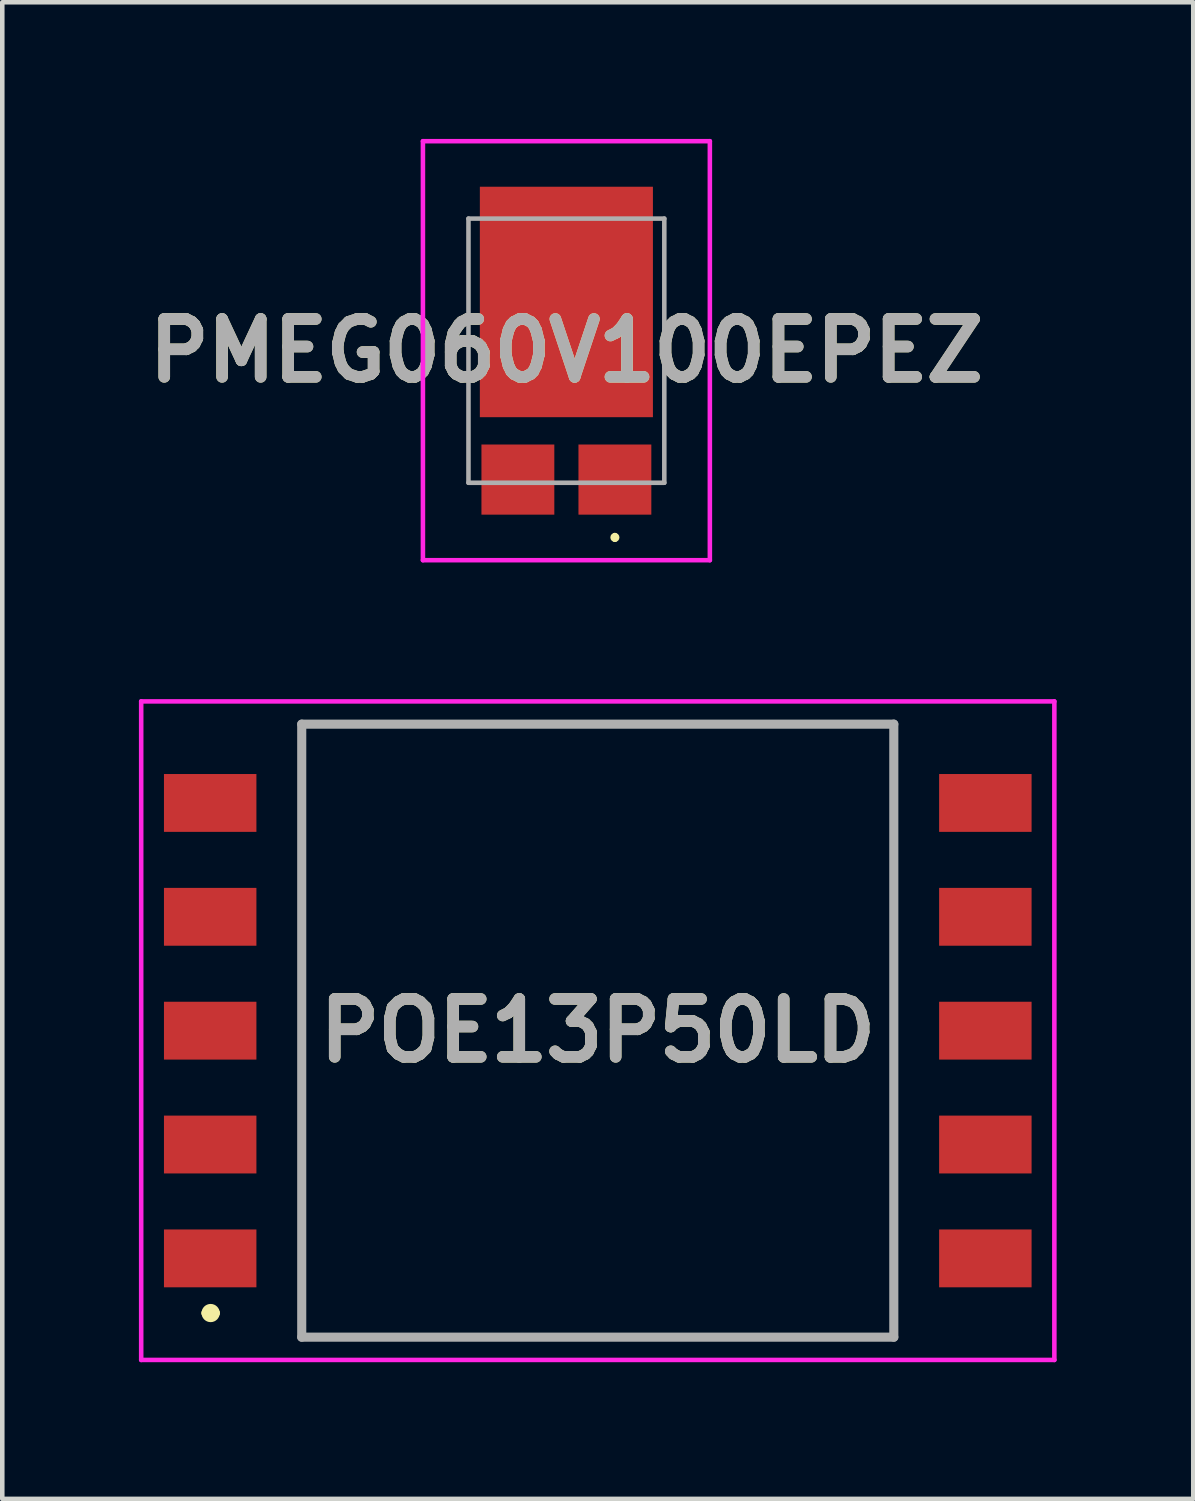
<source format=kicad_pcb>
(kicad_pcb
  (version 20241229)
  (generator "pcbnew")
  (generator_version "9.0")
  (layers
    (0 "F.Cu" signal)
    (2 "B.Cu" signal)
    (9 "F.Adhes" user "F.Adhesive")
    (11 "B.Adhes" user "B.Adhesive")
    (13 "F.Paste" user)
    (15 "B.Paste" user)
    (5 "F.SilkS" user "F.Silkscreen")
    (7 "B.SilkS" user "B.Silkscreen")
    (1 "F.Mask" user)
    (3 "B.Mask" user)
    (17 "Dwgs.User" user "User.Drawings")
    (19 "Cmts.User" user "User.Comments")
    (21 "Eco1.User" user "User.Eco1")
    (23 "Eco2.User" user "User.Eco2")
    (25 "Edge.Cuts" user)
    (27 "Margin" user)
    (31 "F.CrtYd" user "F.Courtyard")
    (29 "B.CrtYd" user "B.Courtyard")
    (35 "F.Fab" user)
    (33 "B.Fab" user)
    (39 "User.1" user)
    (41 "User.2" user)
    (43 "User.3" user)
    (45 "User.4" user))
  (footprint "PMEG060V100EPEZ"
    (layer "F.Cu")
    (at 9.386 4.65)
    (property "Reference" "PMEG060V100EPEZ" (at 0 0 0) (layer "F.SilkS") (effects (font (size 1.27 1.27) (thickness 0.254))))
    (attr smd)
    (fp_line (start 1.065 4.05) (end 1.065 4.05) (stroke (width 0.1) (type solid)) (layer "F.SilkS"))
    (fp_line (start 1.065 4.15) (end 1.065 4.15) (stroke (width 0.1) (type solid)) (layer "F.SilkS"))
    (fp_arc (start 1.065 4.05) (mid 1.115 4.1) (end 1.065 4.15) (stroke (width 0.1) (type solid)) (layer "F.SilkS"))
    (fp_arc (start 1.065 4.15) (mid 1.015 4.1) (end 1.065 4.05) (stroke (width 0.1) (type solid)) (layer "F.SilkS"))
    (fp_line (start -3.15 -4.6) (end -3.15 4.6) (stroke (width 0.1) (type solid)) (layer "F.CrtYd"))
    (fp_line (start -3.15 4.6) (end 3.15 4.6) (stroke (width 0.1) (type solid)) (layer "F.CrtYd"))
    (fp_line (start 3.15 -4.6) (end -3.15 -4.6) (stroke (width 0.1) (type solid)) (layer "F.CrtYd"))
    (fp_line (start 3.15 4.6) (end 3.15 -4.6) (stroke (width 0.1) (type solid)) (layer "F.CrtYd"))
    (fp_line (start -2.15 -2.9) (end -2.15 2.9) (stroke (width 0.1) (type solid)) (layer "F.Fab"))
    (fp_line (start -2.15 2.9) (end 2.15 2.9) (stroke (width 0.1) (type solid)) (layer "F.Fab"))
    (fp_line (start 2.15 -2.9) (end -2.15 -2.9) (stroke (width 0.1) (type solid)) (layer "F.Fab"))
    (fp_line (start 2.15 2.9) (end 2.15 -2.9) (stroke (width 0.1) (type solid)) (layer "F.Fab"))
    (fp_text user "${REFERENCE}" (at 0 0 0) (layer "F.Fab") (effects (font (size 1.27 1.27) (thickness 0.254))))
    (pad "1" smd rect (at 1.065 2.83 90) (size 1.54 1.6) (layers "F.Cu" "F.Mask" "F.Paste"))
    (pad "2" smd rect (at -1.065 2.83 90) (size 1.54 1.6) (layers "F.Cu" "F.Mask" "F.Paste"))
    (pad "3" smd rect (at 0 -1.07) (size 3.8 5.06) (layers "F.Cu" "F.Mask" "F.Paste")))
  (footprint "POE13P50LD"
    (layer "F.Cu")
    (at 10.075 19.58)
    (property "Reference" "POE13P50LD" (at 0 0 0) (layer "F.SilkS") (effects (font (size 1.27 1.27) (thickness 0.254))))
    (attr smd)
    (fp_line (start -8.6 6.2) (end -8.6 6.2) (stroke (width 0.2) (type solid)) (layer "F.SilkS"))
    (fp_line (start -8.4 6.2) (end -8.4 6.2) (stroke (width 0.2) (type solid)) (layer "F.SilkS"))
    (fp_line (start -6.5 -6.73) (end 6.5 -6.73) (stroke (width 0.1) (type solid)) (layer "F.SilkS"))
    (fp_line (start -6.5 6.73) (end -6.5 -6.73) (stroke (width 0.1) (type solid)) (layer "F.SilkS"))
    (fp_line (start 6.5 -6.73) (end 6.5 6.73) (stroke (width 0.1) (type solid)) (layer "F.SilkS"))
    (fp_line (start 6.5 6.73) (end -6.5 6.73) (stroke (width 0.1) (type solid)) (layer "F.SilkS"))
    (fp_arc (start -8.6 6.2) (mid -8.5 6.1) (end -8.4 6.2) (stroke (width 0.2) (type solid)) (layer "F.SilkS"))
    (fp_arc (start -8.4 6.2) (mid -8.5 6.3) (end -8.6 6.2) (stroke (width 0.2) (type solid)) (layer "F.SilkS"))
    (fp_line (start -10.025 -7.23) (end 10.025 -7.23) (stroke (width 0.1) (type solid)) (layer "F.CrtYd"))
    (fp_line (start -10.025 7.23) (end -10.025 -7.23) (stroke (width 0.1) (type solid)) (layer "F.CrtYd"))
    (fp_line (start 10.025 -7.23) (end 10.025 7.23) (stroke (width 0.1) (type solid)) (layer "F.CrtYd"))
    (fp_line (start 10.025 7.23) (end -10.025 7.23) (stroke (width 0.1) (type solid)) (layer "F.CrtYd"))
    (fp_line (start -6.5 -6.73) (end 6.5 -6.73) (stroke (width 0.2) (type solid)) (layer "F.Fab"))
    (fp_line (start -6.5 6.73) (end -6.5 -6.73) (stroke (width 0.2) (type solid)) (layer "F.Fab"))
    (fp_line (start 6.5 -6.73) (end 6.5 6.73) (stroke (width 0.2) (type solid)) (layer "F.Fab"))
    (fp_line (start 6.5 6.73) (end -6.5 6.73) (stroke (width 0.2) (type solid)) (layer "F.Fab"))
    (fp_text user "${REFERENCE}" (at 0 0 0) (layer "F.Fab") (effects (font (size 1.27 1.27) (thickness 0.254))))
    (pad "1" smd rect (at -8.51 5 90) (size 1.27 2.03) (layers "F.Cu" "F.Mask" "F.Paste"))
    (pad "2" smd rect (at -8.51 2.5 90) (size 1.27 2.03) (layers "F.Cu" "F.Mask" "F.Paste"))
    (pad "3" smd rect (at -8.51 0 90) (size 1.27 2.03) (layers "F.Cu" "F.Mask" "F.Paste"))
    (pad "4" smd rect (at -8.51 -2.5 90) (size 1.27 2.03) (layers "F.Cu" "F.Mask" "F.Paste"))
    (pad "5" smd rect (at -8.51 -5 90) (size 1.27 2.03) (layers "F.Cu" "F.Mask" "F.Paste"))
    (pad "6" smd rect (at 8.51 -5 90) (size 1.27 2.03) (layers "F.Cu" "F.Mask" "F.Paste"))
    (pad "7" smd rect (at 8.51 -2.5 90) (size 1.27 2.03) (layers "F.Cu" "F.Mask" "F.Paste"))
    (pad "8" smd rect (at 8.51 0 90) (size 1.27 2.03) (layers "F.Cu" "F.Mask" "F.Paste"))
    (pad "9" smd rect (at 8.51 2.5 90) (size 1.27 2.03) (layers "F.Cu" "F.Mask" "F.Paste"))
    (pad "10" smd rect (at 8.51 5 90) (size 1.27 2.03) (layers "F.Cu" "F.Mask" "F.Paste")))
  (gr_rect
    (start -3 -3)
    (end 23.15 29.86)
    (stroke (width 0.1) (type default))
    (fill no)
    (layer "Edge.Cuts")))
</source>
